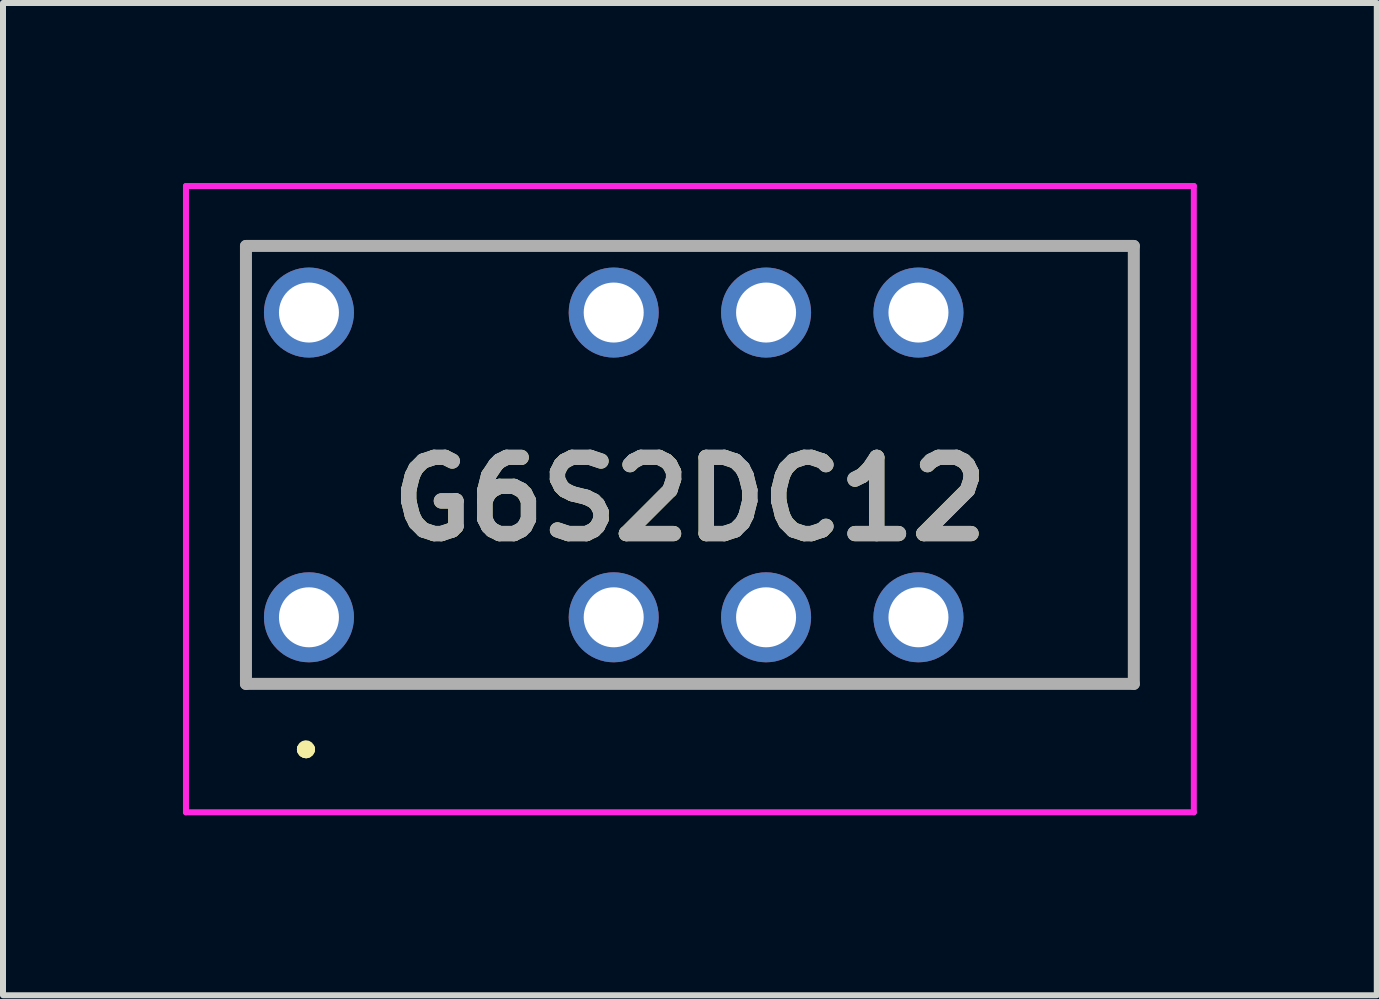
<source format=kicad_pcb>
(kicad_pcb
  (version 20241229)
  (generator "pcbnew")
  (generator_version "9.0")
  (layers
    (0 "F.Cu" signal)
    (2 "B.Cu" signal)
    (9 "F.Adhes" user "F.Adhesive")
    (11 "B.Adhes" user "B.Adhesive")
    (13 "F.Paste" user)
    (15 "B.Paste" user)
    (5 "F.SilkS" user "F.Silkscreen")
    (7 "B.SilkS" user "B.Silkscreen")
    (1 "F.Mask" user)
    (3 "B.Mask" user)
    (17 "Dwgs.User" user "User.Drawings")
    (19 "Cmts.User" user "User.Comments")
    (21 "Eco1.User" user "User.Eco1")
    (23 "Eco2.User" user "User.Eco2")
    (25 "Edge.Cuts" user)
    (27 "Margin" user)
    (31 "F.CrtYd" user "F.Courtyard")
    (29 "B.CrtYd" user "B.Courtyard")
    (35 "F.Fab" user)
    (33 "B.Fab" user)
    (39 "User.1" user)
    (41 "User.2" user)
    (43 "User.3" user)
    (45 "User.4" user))
  (footprint "G6S2DC12"
    (layer "F.Cu")
    (at 2.1 7.24)
    (property "Reference" "G6S2DC12" (at 6.35 -1.97 0) (layer "F.SilkS") (effects (font (size 1.27 1.27) (thickness 0.254))))
    (attr through_hole)
    (fp_line (start -1.05 -3.54) (end -1.05 -3.54) (stroke (width 0.1) (type solid)) (layer "F.SilkS"))
    (fp_line (start -1.05 -3.54) (end -1.05 -1.54) (stroke (width 0.1) (type solid)) (layer "F.SilkS"))
    (fp_line (start -1.05 -1.54) (end -1.05 -3.54) (stroke (width 0.1) (type solid)) (layer "F.SilkS"))
    (fp_line (start -1.05 -1.54) (end -1.05 -1.54) (stroke (width 0.1) (type solid)) (layer "F.SilkS"))
    (fp_line (start -0.1 2.2) (end -0.1 2.2) (stroke (width 0.2) (type solid)) (layer "F.SilkS"))
    (fp_line (start -0.1 2.2) (end -0.1 2.2) (stroke (width 0.2) (type solid)) (layer "F.SilkS"))
    (fp_line (start 0 2.2) (end 0 2.2) (stroke (width 0.2) (type solid)) (layer "F.SilkS"))
    (fp_line (start 1.5 -6.19) (end 1.5 -6.19) (stroke (width 0.1) (type solid)) (layer "F.SilkS"))
    (fp_line (start 1.5 -6.19) (end 3.5 -6.19) (stroke (width 0.1) (type solid)) (layer "F.SilkS"))
    (fp_line (start 1.5 1.11) (end 1.5 1.11) (stroke (width 0.1) (type solid)) (layer "F.SilkS"))
    (fp_line (start 1.5 1.11) (end 3.5 1.11) (stroke (width 0.1) (type solid)) (layer "F.SilkS"))
    (fp_line (start 3.5 -6.19) (end 1.5 -6.19) (stroke (width 0.1) (type solid)) (layer "F.SilkS"))
    (fp_line (start 3.5 -6.19) (end 3.5 -6.19) (stroke (width 0.1) (type solid)) (layer "F.SilkS"))
    (fp_line (start 3.5 1.11) (end 1.5 1.11) (stroke (width 0.1) (type solid)) (layer "F.SilkS"))
    (fp_line (start 3.5 1.11) (end 3.5 1.11) (stroke (width 0.1) (type solid)) (layer "F.SilkS"))
    (fp_line (start 11.75 -6.19) (end 11.75 -6.19) (stroke (width 0.1) (type solid)) (layer "F.SilkS"))
    (fp_line (start 11.75 -6.19) (end 13.75 -6.19) (stroke (width 0.1) (type solid)) (layer "F.SilkS"))
    (fp_line (start 11.75 1.11) (end 11.75 1.11) (stroke (width 0.1) (type solid)) (layer "F.SilkS"))
    (fp_line (start 11.75 1.11) (end 13.75 1.11) (stroke (width 0.1) (type solid)) (layer "F.SilkS"))
    (fp_line (start 13.75 -6.19) (end 11.75 -6.19) (stroke (width 0.1) (type solid)) (layer "F.SilkS"))
    (fp_line (start 13.75 -6.19) (end 13.75 -6.19) (stroke (width 0.1) (type solid)) (layer "F.SilkS"))
    (fp_line (start 13.75 -6.19) (end 13.75 -6.19) (stroke (width 0.1) (type solid)) (layer "F.SilkS"))
    (fp_line (start 13.75 -6.19) (end 13.75 1.11) (stroke (width 0.1) (type solid)) (layer "F.SilkS"))
    (fp_line (start 13.75 1.11) (end 11.75 1.11) (stroke (width 0.1) (type solid)) (layer "F.SilkS"))
    (fp_line (start 13.75 1.11) (end 13.75 -6.19) (stroke (width 0.1) (type solid)) (layer "F.SilkS"))
    (fp_line (start 13.75 1.11) (end 13.75 1.11) (stroke (width 0.1) (type solid)) (layer "F.SilkS"))
    (fp_line (start 13.75 1.11) (end 13.75 1.11) (stroke (width 0.1) (type solid)) (layer "F.SilkS"))
    (fp_arc (start -0.1 2.2) (mid -0.05 2.15) (end 0 2.2) (stroke (width 0.2) (type solid)) (layer "F.SilkS"))
    (fp_arc (start 0 2.2) (mid -0.05 2.25) (end -0.1 2.2) (stroke (width 0.2) (type solid)) (layer "F.SilkS"))
    (fp_arc (start 0 2.2) (mid -0.05 2.25) (end -0.1 2.2) (stroke (width 0.2) (type solid)) (layer "F.SilkS"))
    (fp_line (start -2.05 -7.19) (end -2.05 3.25) (stroke (width 0.1) (type solid)) (layer "F.CrtYd"))
    (fp_line (start -2.05 3.25) (end 14.75 3.25) (stroke (width 0.1) (type solid)) (layer "F.CrtYd"))
    (fp_line (start 14.75 -7.19) (end -2.05 -7.19) (stroke (width 0.1) (type solid)) (layer "F.CrtYd"))
    (fp_line (start 14.75 3.25) (end 14.75 -7.19) (stroke (width 0.1) (type solid)) (layer "F.CrtYd"))
    (fp_line (start -1.05 -6.19) (end 13.75 -6.19) (stroke (width 0.2) (type solid)) (layer "F.Fab"))
    (fp_line (start -1.05 1.11) (end -1.05 -6.19) (stroke (width 0.2) (type solid)) (layer "F.Fab"))
    (fp_line (start 13.75 -6.19) (end 13.75 1.11) (stroke (width 0.2) (type solid)) (layer "F.Fab"))
    (fp_line (start 13.75 1.11) (end -1.05 1.11) (stroke (width 0.2) (type solid)) (layer "F.Fab"))
    (fp_text user "${REFERENCE}" (at 6.35 -1.97 0) (layer "F.Fab") (effects (font (size 1.27 1.27) (thickness 0.254))))
    (pad "1" thru_hole circle (at 0 0) (size 1.5 1.5) (drill 1) (layers "*.Cu" "*.Mask"))
    (pad "3" thru_hole circle (at 5.08 0) (size 1.5 1.5) (drill 1) (layers "*.Cu" "*.Mask"))
    (pad "4" thru_hole circle (at 7.62 0) (size 1.5 1.5) (drill 1) (layers "*.Cu" "*.Mask"))
    (pad "5" thru_hole circle (at 10.16 0) (size 1.5 1.5) (drill 1) (layers "*.Cu" "*.Mask"))
    (pad "8" thru_hole circle (at 10.16 -5.08) (size 1.5 1.5) (drill 1) (layers "*.Cu" "*.Mask"))
    (pad "9" thru_hole circle (at 7.62 -5.08) (size 1.5 1.5) (drill 1) (layers "*.Cu" "*.Mask"))
    (pad "10" thru_hole circle (at 5.08 -5.08) (size 1.5 1.5) (drill 1) (layers "*.Cu" "*.Mask"))
    (pad "12" thru_hole circle (at 0 -5.08) (size 1.5 1.5) (drill 1) (layers "*.Cu" "*.Mask")))
  (gr_rect
    (start -3 -3)
    (end 19.9 13.54)
    (stroke (width 0.1) (type default))
    (fill no)
    (layer "Edge.Cuts")))
</source>
